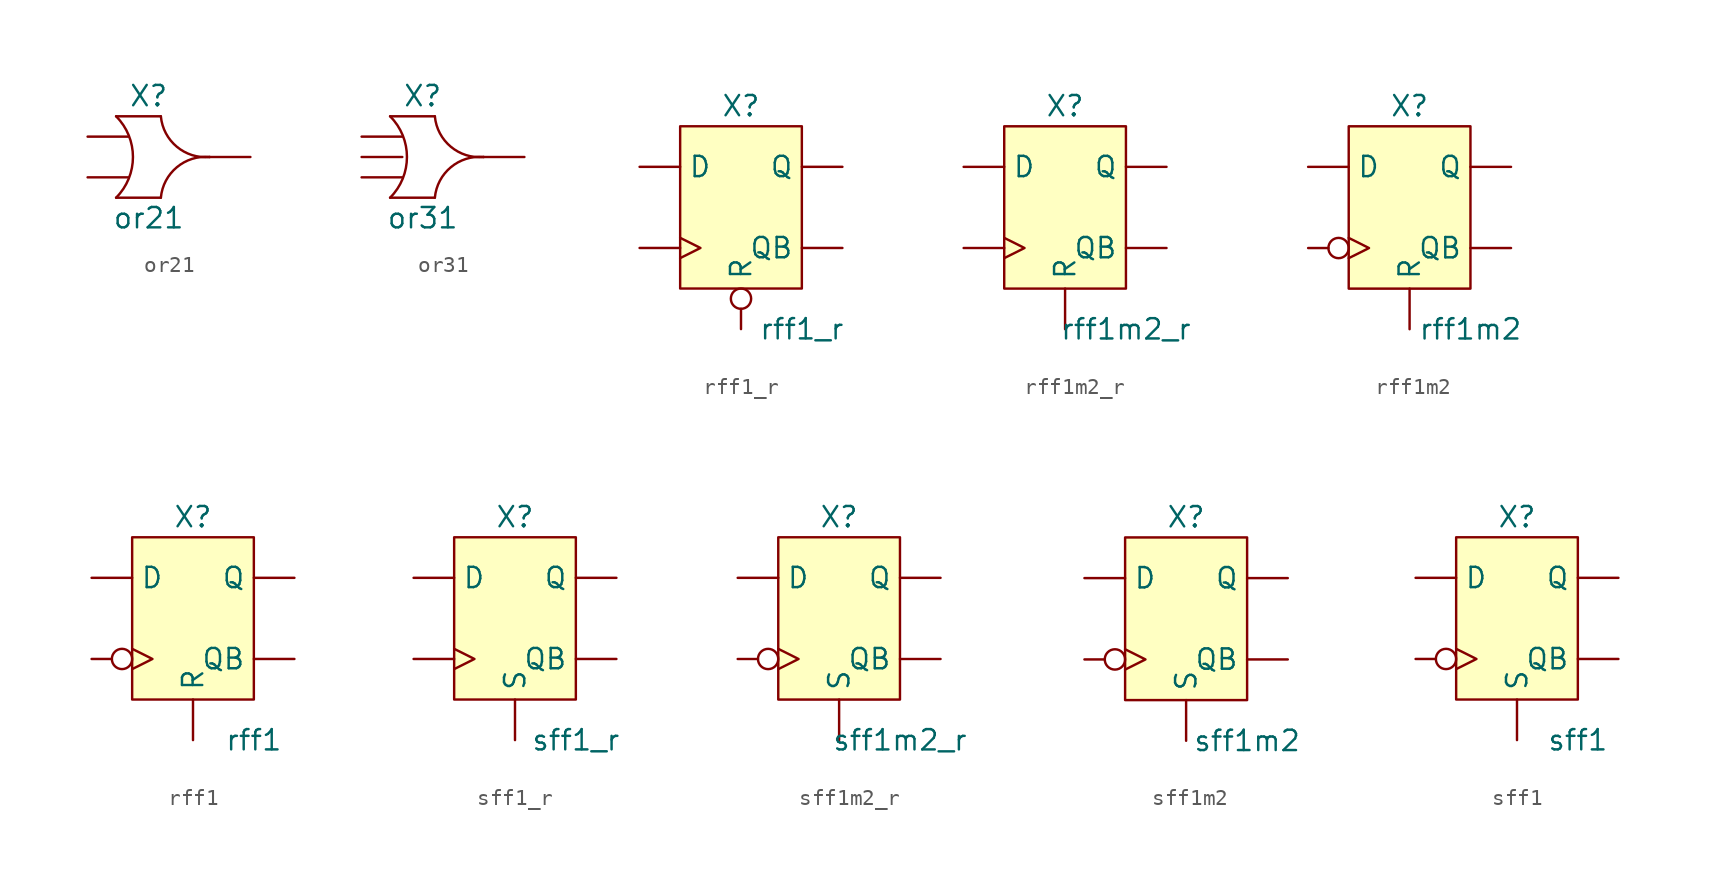
<source format=kicad_sym>
(kicad_symbol_lib
  (version 20211014)
  (generator kicad_symbol_editor)
  (symbol "or21"
    (property "Reference" "X"
      (at -1.27 3.81 0)
      (effects (font (size 1.27 1.27))))
    (property "Value" "or21"
      (at -1.27 -3.81 0)
      (effects (font (size 1.27 1.27))))
    (symbol "or21_0_1"
      (arc (start -3.302 -2.54) (mid -2.2499 0) (end -3.302 2.54) (stroke (width 0.1524) (type default) (color 0 0 0 0)) (fill (type none)))
      (arc (start -0.508 2.54) (mid -2.0501 -2.4093) (end 2.54 0) (stroke (width 0.1524) (type default) (color 0 0 0 0)) (fill (type none)))
      (polyline (pts (xy -3.302 -2.54) (xy -0.508 -2.54)) (stroke (width 0.152) (type default) (color 0 0 0 0)) (fill (type none)))
      (polyline (pts (xy -0.508 2.54) (xy -3.302 2.54)) (stroke (width 0.152) (type default) (color 0 0 0 0)) (fill (type none)))
      (arc (start 2.54 0) (mid -2.0501 2.4093) (end -0.508 -2.54) (stroke (width 0.1524) (type default) (color 0 0 0 0)) (fill (type none))))
    (symbol "or21_1_1"
      (pin input line (at -5.08 1.27 0) (length 2.54) (name "A" (effects (font (size 0 0)))) (number "" (effects (font (size 1.27 1.27)))))
      (pin input line (at -5.08 -1.27 0) (length 2.54) (name "B" (effects (font (size 0 0)))) (number "" (effects (font (size 1.27 1.27)))))
      (pin power_in line (at 0 2.54 0) (length 2.54) hide (name "VDD" (effects (font (size 1.27 1.27)))) (number "" (effects (font (size 1.27 1.27)))))
      (pin power_in line (at 0 -2.54 0) (length 2.54) hide (name "VSS" (effects (font (size 1.27 1.27)))) (number "" (effects (font (size 1.27 1.27)))))
      (pin output line (at 5.08 0 180) (length 2.54) (name "X" (effects (font (size 0 0)))) (number "" (effects (font (size 1.27 1.27)))))))
  (symbol "or31"
    (property "Reference" "X"
      (at -1.27 3.81 0)
      (effects (font (size 1.27 1.27))))
    (property "Value" "or31"
      (at -1.27 -3.81 0)
      (effects (font (size 1.27 1.27))))
    (symbol "or31_0_1"
      (arc (start -3.302 -2.54) (mid -2.2499 0) (end -3.302 2.54) (stroke (width 0.1524) (type default) (color 0 0 0 0)) (fill (type none)))
      (arc (start -0.508 2.54) (mid -2.0501 -2.4093) (end 2.54 0) (stroke (width 0.1524) (type default) (color 0 0 0 0)) (fill (type none)))
      (polyline (pts (xy -3.302 -2.54) (xy -0.508 -2.54)) (stroke (width 0.152) (type default) (color 0 0 0 0)) (fill (type none)))
      (polyline (pts (xy -0.508 2.54) (xy -3.302 2.54)) (stroke (width 0.152) (type default) (color 0 0 0 0)) (fill (type none)))
      (arc (start 2.54 0) (mid -2.0501 2.4093) (end -0.508 -2.54) (stroke (width 0.1524) (type default) (color 0 0 0 0)) (fill (type none))))
    (symbol "or31_1_1"
      (pin input line (at -5.08 1.27 0) (length 2.54) (name "A" (effects (font (size 0 0)))) (number "" (effects (font (size 1.27 1.27)))))
      (pin input line (at -5.08 0 0) (length 2.54) (name "B" (effects (font (size 0 0)))) (number "" (effects (font (size 1.27 1.27)))))
      (pin input line (at -5.08 -1.27 0) (length 2.54) (name "C" (effects (font (size 0 0)))) (number "" (effects (font (size 1.27 1.27)))))
      (pin power_in line (at 0 2.54 0) (length 2.54) hide (name "VDD" (effects (font (size 1.27 1.27)))) (number "" (effects (font (size 1.27 1.27)))))
      (pin power_in line (at 0 -2.54 0) (length 2.54) hide (name "VSS" (effects (font (size 1.27 1.27)))) (number "" (effects (font (size 1.27 1.27)))))
      (pin output line (at 5.08 0 180) (length 2.54) (name "X" (effects (font (size 0 0)))) (number "" (effects (font (size 1.27 1.27)))))))
  (symbol "rff1_r"
    (property "Reference" "X"
      (at 0 6.35 0)
      (effects (font (size 1.27 1.27))))
    (property "Value" "rff1_r"
      (at 3.81 -7.62 0)
      (effects (font (size 1.27 1.27))))
    (symbol "rff1_r_0_1"
      (rectangle (start -3.81 5.08) (end 3.81 -5.08) (stroke (width 0.152) (type default) (color 0 0 0 0)) (fill (type background))))
    (symbol "rff1_r_1_1"
      (pin input clock (at -6.35 -2.54 0) (length 2.54) (name "CK" (effects (font (size 0 0)))) (number "" (effects (font (size 1.27 1.27)))))
      (pin input line (at -6.35 2.54 0) (length 2.54) (name "D" (effects (font (size 1.27 1.27)))) (number "" (effects (font (size 1.27 1.27)))))
      (pin output line (at 6.35 2.54 180) (length 2.54) (name "Q" (effects (font (size 1.27 1.27)))) (number "" (effects (font (size 1.27 1.27)))))
      (pin output line (at 6.35 -2.54 180) (length 2.54) (name "QB" (effects (font (size 1.27 1.27)))) (number "" (effects (font (size 1.27 1.27)))))
      (pin input inverted (at 0 -7.62 90) (length 2.54) (name "R" (effects (font (size 1.27 1.27)))) (number "" (effects (font (size 1.27 1.27)))))
      (pin power_in line (at 2.54 5.08 0) (length 2.54) hide (name "VDD" (effects (font (size 1.27 1.27)))) (number "" (effects (font (size 1.27 1.27)))))
      (pin power_in line (at 2.54 -5.08 0) (length 2.54) hide (name "VSS" (effects (font (size 1.27 1.27)))) (number "" (effects (font (size 1.27 1.27)))))))
  (symbol "rff1m2_r"
    (property "Reference" "X"
      (at 0 6.35 0)
      (effects (font (size 1.27 1.27))))
    (property "Value" "rff1m2_r"
      (at 3.81 -7.62 0)
      (effects (font (size 1.27 1.27))))
    (symbol "rff1m2_r_0_1"
      (rectangle (start -3.81 5.08) (end 3.81 -5.08) (stroke (width 0.152) (type default) (color 0 0 0 0)) (fill (type background))))
    (symbol "rff1m2_r_1_1"
      (pin input clock (at -6.35 -2.54 0) (length 2.54) (name "CK" (effects (font (size 0 0)))) (number "" (effects (font (size 1.27 1.27)))))
      (pin input line (at -6.35 2.54 0) (length 2.54) (name "D" (effects (font (size 1.27 1.27)))) (number "" (effects (font (size 1.27 1.27)))))
      (pin output line (at 6.35 2.54 180) (length 2.54) (name "Q" (effects (font (size 1.27 1.27)))) (number "" (effects (font (size 1.27 1.27)))))
      (pin output line (at 6.35 -2.54 180) (length 2.54) (name "QB" (effects (font (size 1.27 1.27)))) (number "" (effects (font (size 1.27 1.27)))))
      (pin input line (at 0 -7.62 90) (length 2.54) (name "R" (effects (font (size 1.27 1.27)))) (number "" (effects (font (size 1.27 1.27)))))
      (pin power_in line (at 2.54 5.08 0) (length 2.54) hide (name "VDD" (effects (font (size 1.27 1.27)))) (number "" (effects (font (size 1.27 1.27)))))
      (pin power_in line (at 2.54 -5.08 0) (length 2.54) hide (name "VSS" (effects (font (size 1.27 1.27)))) (number "" (effects (font (size 1.27 1.27)))))))
  (symbol "rff1m2"
    (property "Reference" "X"
      (at 0 6.35 0)
      (effects (font (size 1.27 1.27))))
    (property "Value" "rff1m2"
      (at 3.81 -7.62 0)
      (effects (font (size 1.27 1.27))))
    (symbol "rff1m2_0_1"
      (rectangle (start -3.81 5.08) (end 3.81 -5.08) (stroke (width 0.152) (type default) (color 0 0 0 0)) (fill (type background))))
    (symbol "rff1m2_1_1"
      (pin input inverted_clock (at -6.35 -2.54 0) (length 2.54) (name "CK" (effects (font (size 0 0)))) (number "" (effects (font (size 1.27 1.27)))))
      (pin input line (at -6.35 2.54 0) (length 2.54) (name "D" (effects (font (size 1.27 1.27)))) (number "" (effects (font (size 1.27 1.27)))))
      (pin output line (at 6.35 2.54 180) (length 2.54) (name "Q" (effects (font (size 1.27 1.27)))) (number "" (effects (font (size 1.27 1.27)))))
      (pin output line (at 6.35 -2.54 180) (length 2.54) (name "QB" (effects (font (size 1.27 1.27)))) (number "" (effects (font (size 1.27 1.27)))))
      (pin input line (at 0 -7.62 90) (length 2.54) (name "R" (effects (font (size 1.27 1.27)))) (number "" (effects (font (size 1.27 1.27)))))
      (pin power_in line (at 2.54 5.08 0) (length 2.54) hide (name "VDD" (effects (font (size 1.27 1.27)))) (number "" (effects (font (size 1.27 1.27)))))
      (pin power_in line (at 2.54 -5.08 0) (length 2.54) hide (name "VSS" (effects (font (size 1.27 1.27)))) (number "" (effects (font (size 1.27 1.27)))))))
  (symbol "rff1"
    (property "Reference" "X"
      (at 0 6.35 0)
      (effects (font (size 1.27 1.27))))
    (property "Value" "rff1"
      (at 3.81 -7.62 0)
      (effects (font (size 1.27 1.27))))
    (symbol "rff1_0_1"
      (rectangle (start -3.81 5.08) (end 3.81 -5.08) (stroke (width 0.152) (type default) (color 0 0 0 0)) (fill (type background))))
    (symbol "rff1_1_1"
      (pin input inverted_clock (at -6.35 -2.54 0) (length 2.54) (name "CK" (effects (font (size 0 0)))) (number "" (effects (font (size 1.27 1.27)))))
      (pin input line (at -6.35 2.54 0) (length 2.54) (name "D" (effects (font (size 1.27 1.27)))) (number "" (effects (font (size 1.27 1.27)))))
      (pin output line (at 6.35 2.54 180) (length 2.54) (name "Q" (effects (font (size 1.27 1.27)))) (number "" (effects (font (size 1.27 1.27)))))
      (pin output line (at 6.35 -2.54 180) (length 2.54) (name "QB" (effects (font (size 1.27 1.27)))) (number "" (effects (font (size 1.27 1.27)))))
      (pin input line (at 0 -7.62 90) (length 2.54) (name "R" (effects (font (size 1.27 1.27)))) (number "" (effects (font (size 1.27 1.27)))))
      (pin power_in line (at 2.54 5.08 0) (length 2.54) hide (name "VDD" (effects (font (size 1.27 1.27)))) (number "" (effects (font (size 1.27 1.27)))))
      (pin power_in line (at 2.54 -5.08 0) (length 2.54) hide (name "VSS" (effects (font (size 1.27 1.27)))) (number "" (effects (font (size 1.27 1.27)))))))
  (symbol "sff1_r"
    (property "Reference" "X"
      (at 0 6.35 0)
      (effects (font (size 1.27 1.27))))
    (property "Value" "sff1_r"
      (at 3.81 -7.62 0)
      (effects (font (size 1.27 1.27))))
    (symbol "sff1_r_0_1"
      (rectangle (start -3.81 5.08) (end 3.81 -5.08) (stroke (width 0.152) (type default) (color 0 0 0 0)) (fill (type background))))
    (symbol "sff1_r_1_1"
      (pin input clock (at -6.35 -2.54 0) (length 2.54) (name "CK" (effects (font (size 0 0)))) (number "" (effects (font (size 1.27 1.27)))))
      (pin input line (at -6.35 2.54 0) (length 2.54) (name "D" (effects (font (size 1.27 1.27)))) (number "" (effects (font (size 1.27 1.27)))))
      (pin output line (at 6.35 2.54 180) (length 2.54) (name "Q" (effects (font (size 1.27 1.27)))) (number "" (effects (font (size 1.27 1.27)))))
      (pin output line (at 6.35 -2.54 180) (length 2.54) (name "QB" (effects (font (size 1.27 1.27)))) (number "" (effects (font (size 1.27 1.27)))))
      (pin input line (at 0 -7.62 90) (length 2.54) (name "S" (effects (font (size 1.27 1.27)))) (number "" (effects (font (size 1.27 1.27)))))
      (pin power_in line (at 2.54 5.08 0) (length 2.54) hide (name "VDD" (effects (font (size 1.27 1.27)))) (number "" (effects (font (size 1.27 1.27)))))
      (pin power_in line (at 2.54 -5.08 0) (length 2.54) hide (name "VSS" (effects (font (size 1.27 1.27)))) (number "" (effects (font (size 1.27 1.27)))))))
  (symbol "sff1m2_r"
    (property "Reference" "X"
      (at 0 6.35 0)
      (effects (font (size 1.27 1.27))))
    (property "Value" "sff1m2_r"
      (at 3.81 -7.62 0)
      (effects (font (size 1.27 1.27))))
    (symbol "sff1m2_r_0_1"
      (rectangle (start -3.81 5.08) (end 3.81 -5.08) (stroke (width 0.152) (type default) (color 0 0 0 0)) (fill (type background))))
    (symbol "sff1m2_r_1_1"
      (pin input inverted_clock (at -6.35 -2.54 0) (length 2.54) (name "CK" (effects (font (size 0 0)))) (number "" (effects (font (size 1.27 1.27)))))
      (pin input line (at -6.35 2.54 0) (length 2.54) (name "D" (effects (font (size 1.27 1.27)))) (number "" (effects (font (size 1.27 1.27)))))
      (pin output line (at 6.35 2.54 180) (length 2.54) (name "Q" (effects (font (size 1.27 1.27)))) (number "" (effects (font (size 1.27 1.27)))))
      (pin output line (at 6.35 -2.54 180) (length 2.54) (name "QB" (effects (font (size 1.27 1.27)))) (number "" (effects (font (size 1.27 1.27)))))
      (pin input line (at 0 -7.62 90) (length 2.54) (name "S" (effects (font (size 1.27 1.27)))) (number "" (effects (font (size 1.27 1.27)))))
      (pin power_in line (at 2.54 5.08 0) (length 2.54) hide (name "VDD" (effects (font (size 1.27 1.27)))) (number "" (effects (font (size 1.27 1.27)))))
      (pin power_in line (at 2.54 -5.08 0) (length 2.54) hide (name "VSS" (effects (font (size 1.27 1.27)))) (number "" (effects (font (size 1.27 1.27)))))))
  (symbol "sff1m2"
    (property "Reference" "X"
      (at 0 6.35 0)
      (effects (font (size 1.27 1.27))))
    (property "Value" "sff1m2"
      (at 3.81 -7.62 0)
      (effects (font (size 1.27 1.27))))
    (symbol "sff1m2_0_1"
      (rectangle (start -3.81 5.08) (end 3.81 -5.08) (stroke (width 0.152) (type default) (color 0 0 0 0)) (fill (type background))))
    (symbol "sff1m2_1_1"
      (pin input inverted_clock (at -6.35 -2.54 0) (length 2.54) (name "CK" (effects (font (size 0 0)))) (number "" (effects (font (size 1.27 1.27)))))
      (pin input line (at -6.35 2.54 0) (length 2.54) (name "D" (effects (font (size 1.27 1.27)))) (number "" (effects (font (size 1.27 1.27)))))
      (pin output line (at 6.35 2.54 180) (length 2.54) (name "Q" (effects (font (size 1.27 1.27)))) (number "" (effects (font (size 1.27 1.27)))))
      (pin output line (at 6.35 -2.54 180) (length 2.54) (name "QB" (effects (font (size 1.27 1.27)))) (number "" (effects (font (size 1.27 1.27)))))
      (pin input line (at 0 -7.62 90) (length 2.54) (name "S" (effects (font (size 1.27 1.27)))) (number "" (effects (font (size 1.27 1.27)))))
      (pin power_in line (at 2.54 5.08 0) (length 2.54) hide (name "VDD" (effects (font (size 1.27 1.27)))) (number "" (effects (font (size 1.27 1.27)))))
      (pin power_in line (at 2.54 -5.08 0) (length 2.54) hide (name "VSS" (effects (font (size 1.27 1.27)))) (number "" (effects (font (size 1.27 1.27)))))))
  (symbol "sff1"
    (property "Reference" "X"
      (at 0 6.35 0)
      (effects (font (size 1.27 1.27))))
    (property "Value" "sff1"
      (at 3.81 -7.62 0)
      (effects (font (size 1.27 1.27))))
    (symbol "sff1_0_1"
      (rectangle (start -3.81 5.08) (end 3.81 -5.08) (stroke (width 0.152) (type default) (color 0 0 0 0)) (fill (type background))))
    (symbol "sff1_1_1"
      (pin input inverted_clock (at -6.35 -2.54 0) (length 2.54) (name "CK" (effects (font (size 0 0)))) (number "" (effects (font (size 1.27 1.27)))))
      (pin input line (at -6.35 2.54 0) (length 2.54) (name "D" (effects (font (size 1.27 1.27)))) (number "" (effects (font (size 1.27 1.27)))))
      (pin output line (at 6.35 2.54 180) (length 2.54) (name "Q" (effects (font (size 1.27 1.27)))) (number "" (effects (font (size 1.27 1.27)))))
      (pin output line (at 6.35 -2.54 180) (length 2.54) (name "QB" (effects (font (size 1.27 1.27)))) (number "" (effects (font (size 1.27 1.27)))))
      (pin input line (at 0 -7.62 90) (length 2.54) (name "S" (effects (font (size 1.27 1.27)))) (number "" (effects (font (size 1.27 1.27)))))
      (pin power_in line (at 2.54 5.08 0) (length 2.54) hide (name "VDD" (effects (font (size 1.27 1.27)))) (number "" (effects (font (size 1.27 1.27)))))
      (pin power_in line (at 2.54 -5.08 0) (length 2.54) hide (name "VSS" (effects (font (size 1.27 1.27)))) (number "" (effects (font (size 1.27 1.27))))))))
</source>
